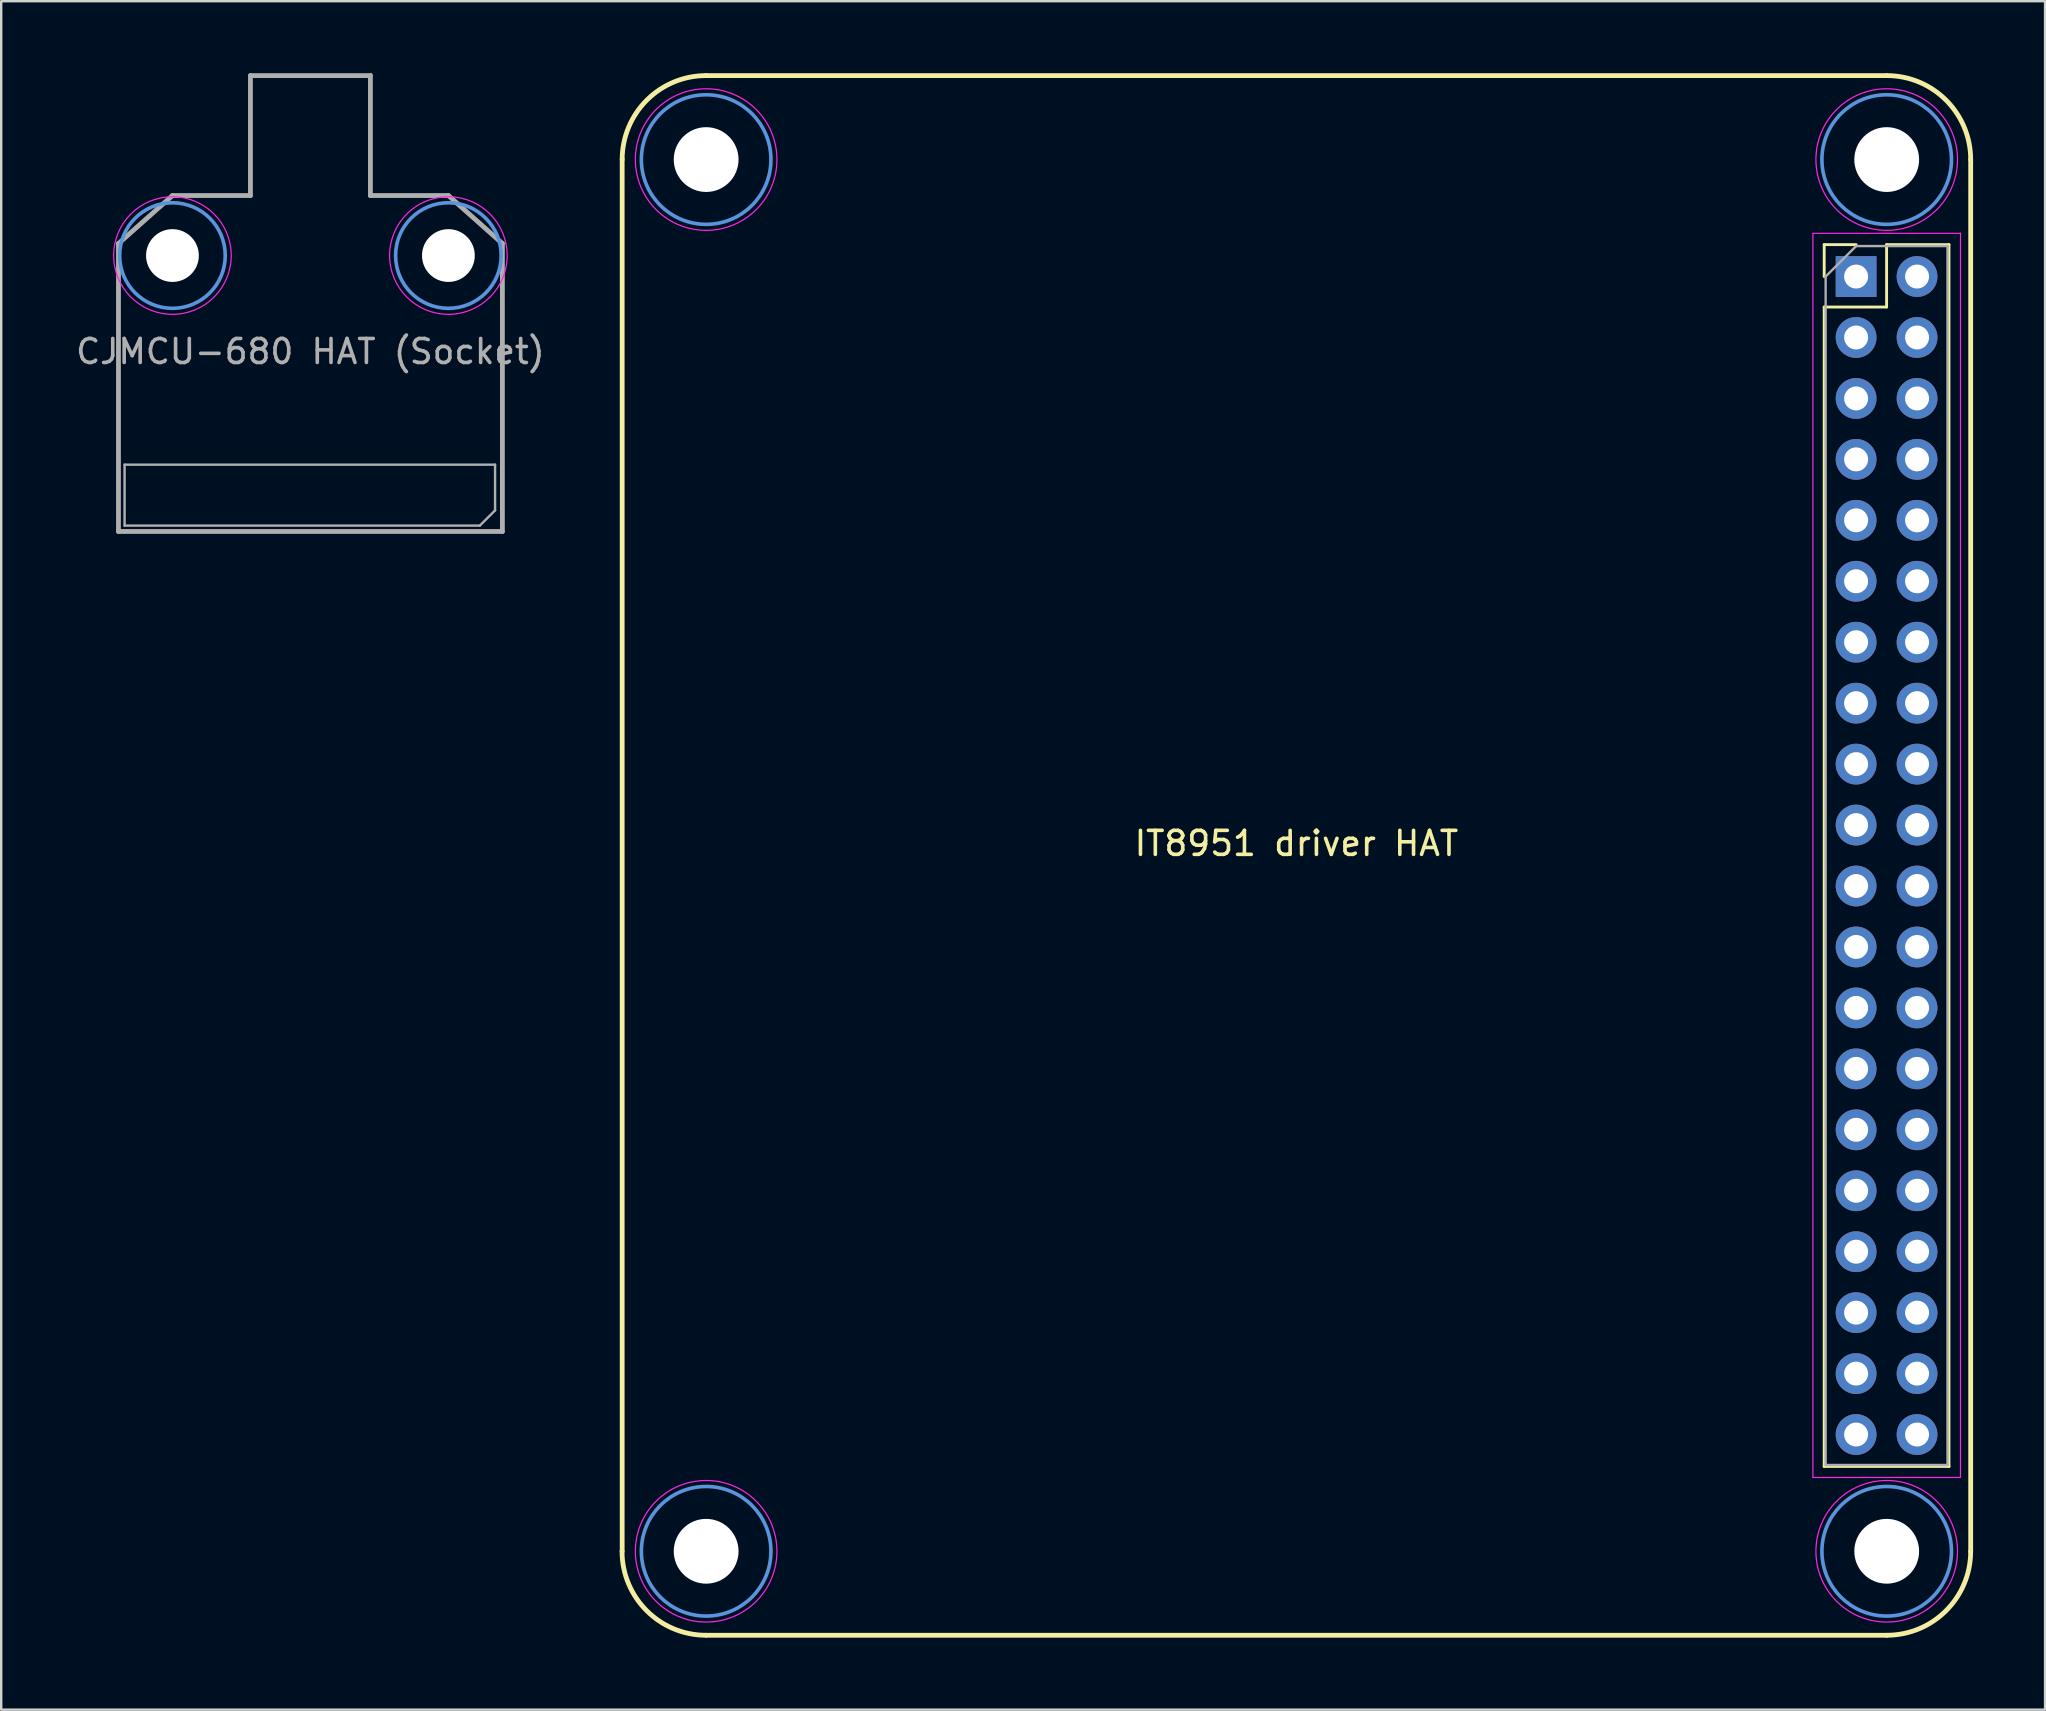
<source format=kicad_pcb>
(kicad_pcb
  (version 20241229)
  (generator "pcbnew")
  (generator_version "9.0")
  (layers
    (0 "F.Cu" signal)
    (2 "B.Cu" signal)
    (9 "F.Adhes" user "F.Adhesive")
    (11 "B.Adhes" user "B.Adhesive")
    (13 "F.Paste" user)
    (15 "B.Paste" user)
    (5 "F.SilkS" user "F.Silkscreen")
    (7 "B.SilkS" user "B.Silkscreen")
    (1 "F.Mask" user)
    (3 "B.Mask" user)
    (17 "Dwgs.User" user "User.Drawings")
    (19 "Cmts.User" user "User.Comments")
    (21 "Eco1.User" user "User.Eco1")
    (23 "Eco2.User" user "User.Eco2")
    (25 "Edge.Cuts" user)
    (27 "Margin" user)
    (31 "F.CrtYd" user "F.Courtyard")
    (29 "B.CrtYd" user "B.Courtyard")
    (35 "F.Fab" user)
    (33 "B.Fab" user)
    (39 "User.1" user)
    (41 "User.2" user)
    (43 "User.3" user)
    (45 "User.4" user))
  (footprint "CJMCU-680 HAT (Socket)"
    (layer "F.Cu")
    (at 9.887 12.1)
    (property "Reference" "CJMCU-680 HAT (Socket)" (at 0 -0.5 0) (unlocked yes) (layer "F.Fab") (effects (font (size 1 1) (thickness 0.15))))
    (attr smd)
    (fp_circle (center -5.75 -4.5) (end -3.55 -4.5) (stroke (width 0.15) (type solid)) (fill no) (layer "Cmts.User"))
    (fp_circle (center 5.75 -4.5) (end 7.95 -4.5) (stroke (width 0.15) (type solid)) (fill no) (layer "Cmts.User"))
    (fp_circle (center -5.75 -4.5) (end -3.3 -4.5) (stroke (width 0.05) (type solid)) (fill no) (layer "F.CrtYd"))
    (fp_circle (center 5.75 -4.5) (end 8.2 -4.5) (stroke (width 0.05) (type solid)) (fill no) (layer "F.CrtYd"))
    (fp_line (start -8 7) (end -8 -5) (stroke (width 0.2) (type solid)) (layer "F.Fab"))
    (fp_line (start -8 7) (end 8 7) (stroke (width 0.2) (type solid)) (layer "F.Fab"))
    (fp_line (start -7.745 4.215) (end 7.695 4.215) (stroke (width 0.1) (type solid)) (layer "F.Fab"))
    (fp_line (start -7.745 6.755) (end -7.745 4.215) (stroke (width 0.1) (type solid)) (layer "F.Fab"))
    (fp_line (start -5.75 -7) (end -8 -5) (stroke (width 0.2) (type solid)) (layer "F.Fab"))
    (fp_line (start -2.5 -12) (end 2.5 -12) (stroke (width 0.2) (type solid)) (layer "F.Fab"))
    (fp_line (start -2.5 -7) (end -5.75 -7) (stroke (width 0.2) (type solid)) (layer "F.Fab"))
    (fp_line (start -2.5 -7) (end -2.5 -12) (stroke (width 0.2) (type solid)) (layer "F.Fab"))
    (fp_line (start 2.5 -7) (end 2.5 -12) (stroke (width 0.2) (type solid)) (layer "F.Fab"))
    (fp_line (start 5.75 -7) (end 2.5 -7) (stroke (width 0.2) (type solid)) (layer "F.Fab"))
    (fp_line (start 5.75 -7) (end 8 -5) (stroke (width 0.2) (type solid)) (layer "F.Fab"))
    (fp_line (start 7.06 6.755) (end -7.745 6.755) (stroke (width 0.1) (type solid)) (layer "F.Fab"))
    (fp_line (start 7.695 4.215) (end 7.695 6.12) (stroke (width 0.1) (type solid)) (layer "F.Fab"))
    (fp_line (start 7.695 6.12) (end 7.06 6.755) (stroke (width 0.1) (type solid)) (layer "F.Fab"))
    (fp_line (start 8 7) (end 8 -5) (stroke (width 0.2) (type solid)) (layer "F.Fab"))
    (pad "" np_thru_hole circle (at -5.75 -4.5) (size 2.2 2.2) (drill 2.2) (layers "*.Cu" "*.Mask"))
    (pad "" np_thru_hole circle (at 5.75 -4.5) (size 2.2 2.2) (drill 2.2) (layers "*.Cu" "*.Mask"))
    (zone (net_name "") (layer "F.Cu") (hatch edge 0.508) (connect_pads) (min_thickness 0.254) (filled_areas_thickness no) (keepout (tracks allowed) (vias allowed) (pads allowed) (copperpour allowed) (footprints not_allowed)) (placement (enabled no)) (fill) (polygon (pts (xy 12.387 5.1) (xy 7.387 5.1) (xy 7.387 0.1) (xy 12.387 0.1)))))
  (footprint "IT8951 driver HAT"
    (layer "F.Cu")
    (at 50.979 32.6)
    (property "Reference" "IT8951 driver HAT" (at 0 -0.5 0) (unlocked yes) (layer "F.SilkS") (effects (font (size 1 1) (thickness 0.15))))
    (attr through_hole)
    (fp_line (start -28.1 -29) (end -28.1 29) (stroke (width 0.2) (type solid)) (layer "F.SilkS"))
    (fp_line (start 21.995 -25.455) (end 23.325 -25.455) (stroke (width 0.12) (type solid)) (layer "F.SilkS"))
    (fp_line (start 21.995 -24.125) (end 21.995 -25.455) (stroke (width 0.12) (type solid)) (layer "F.SilkS"))
    (fp_line (start 21.995 -22.855) (end 21.995 25.465) (stroke (width 0.12) (type solid)) (layer "F.SilkS"))
    (fp_line (start 21.995 -22.855) (end 24.595 -22.855) (stroke (width 0.12) (type solid)) (layer "F.SilkS"))
    (fp_line (start 21.995 25.465) (end 27.195 25.465) (stroke (width 0.12) (type solid)) (layer "F.SilkS"))
    (fp_line (start 24.595 -25.455) (end 27.195 -25.455) (stroke (width 0.12) (type solid)) (layer "F.SilkS"))
    (fp_line (start 24.595 -22.855) (end 24.595 -25.455) (stroke (width 0.12) (type solid)) (layer "F.SilkS"))
    (fp_line (start 24.6 -32.5) (end -24.6 -32.5) (stroke (width 0.2) (type solid)) (layer "F.SilkS"))
    (fp_line (start 24.6 32.5) (end -24.6 32.5) (stroke (width 0.2) (type solid)) (layer "F.SilkS"))
    (fp_line (start 27.195 -25.455) (end 27.195 25.465) (stroke (width 0.12) (type solid)) (layer "F.SilkS"))
    (fp_line (start 28.1 -29) (end 28.1 29) (stroke (width 0.2) (type solid)) (layer "F.SilkS"))
    (fp_arc (start -28.1 -29) (mid -27.074873 -31.474873) (end -24.6 -32.5) (stroke (width 0.2) (type solid)) (layer "F.SilkS"))
    (fp_arc (start -24.605 32.5) (mid -27.079873 31.474873) (end -28.105 29) (stroke (width 0.2) (type solid)) (layer "F.SilkS"))
    (fp_arc (start 24.6 -32.5) (mid 27.074873 -31.474873) (end 28.1 -29) (stroke (width 0.2) (type solid)) (layer "F.SilkS"))
    (fp_arc (start 28.1 29) (mid 27.074873 31.474873) (end 24.6 32.5) (stroke (width 0.2) (type solid)) (layer "F.SilkS"))
    (fp_circle (center -24.6 -29) (end -24.6 -31.7) (stroke (width 0.15) (type solid)) (fill no) (layer "Cmts.User"))
    (fp_circle (center -24.6 29) (end -24.6 26.3) (stroke (width 0.15) (type solid)) (fill no) (layer "Cmts.User"))
    (fp_circle (center 24.6 -29) (end 24.6 -26.3) (stroke (width 0.15) (type solid)) (fill no) (layer "Cmts.User"))
    (fp_circle (center 24.6 29) (end 27.3 29) (stroke (width 0.15) (type solid)) (fill no) (layer "Cmts.User"))
    (fp_line (start 21.525 -25.925) (end 21.525 25.925) (stroke (width 0.05) (type solid)) (layer "F.CrtYd"))
    (fp_line (start 21.525 25.925) (end 27.675 25.925) (stroke (width 0.05) (type solid)) (layer "F.CrtYd"))
    (fp_line (start 27.675 -25.925) (end 21.525 -25.925) (stroke (width 0.05) (type solid)) (layer "F.CrtYd"))
    (fp_line (start 27.675 25.925) (end 27.675 -25.925) (stroke (width 0.05) (type solid)) (layer "F.CrtYd"))
    (fp_circle (center -24.6 -29) (end -24.6 -31.95) (stroke (width 0.05) (type solid)) (fill no) (layer "F.CrtYd"))
    (fp_circle (center -24.6 29) (end -24.6 26.05) (stroke (width 0.05) (type solid)) (fill no) (layer "F.CrtYd"))
    (fp_circle (center 24.6 -29) (end 24.6 -26.05) (stroke (width 0.05) (type solid)) (fill no) (layer "F.CrtYd"))
    (fp_circle (center 24.6 29) (end 27.55 29) (stroke (width 0.05) (type solid)) (fill no) (layer "F.CrtYd"))
    (fp_line (start 22.055 -24.125) (end 23.325 -25.395) (stroke (width 0.1) (type solid)) (layer "F.Fab"))
    (fp_line (start 22.055 25.405) (end 22.055 -24.125) (stroke (width 0.1) (type solid)) (layer "F.Fab"))
    (fp_line (start 23.325 -25.395) (end 27.135 -25.395) (stroke (width 0.1) (type solid)) (layer "F.Fab"))
    (fp_line (start 27.135 -25.395) (end 27.135 25.405) (stroke (width 0.1) (type solid)) (layer "F.Fab"))
    (fp_line (start 27.135 25.405) (end 22.055 25.405) (stroke (width 0.1) (type solid)) (layer "F.Fab"))
    (pad "" np_thru_hole circle (at -24.6 -29 90) (size 2.7 2.7) (drill 2.7) (layers "*.Cu" "*.Mask"))
    (pad "" np_thru_hole circle (at -24.6 29 90) (size 2.7 2.7) (drill 2.7) (layers "*.Cu" "*.Mask"))
    (pad "" np_thru_hole circle (at 24.6 -29 270) (size 2.7 2.7) (drill 2.7) (layers "*.Cu" "*.Mask"))
    (pad "" np_thru_hole circle (at 24.6 29 270) (size 2.7 2.7) (drill 2.7) (layers "*.Cu" "*.Mask"))
    (pad "1" thru_hole rect (at 23.325 -24.125) (size 1.7 1.7) (drill 1) (layers "*.Cu" "*.Mask"))
    (pad "2" thru_hole oval (at 25.865 -24.125) (size 1.7 1.7) (drill 1) (layers "*.Cu" "*.Mask"))
    (pad "3" thru_hole oval (at 23.325 -21.585) (size 1.7 1.7) (drill 1) (layers "*.Cu" "*.Mask"))
    (pad "4" thru_hole oval (at 25.865 -21.585) (size 1.7 1.7) (drill 1) (layers "*.Cu" "*.Mask"))
    (pad "5" thru_hole oval (at 23.325 -19.045) (size 1.7 1.7) (drill 1) (layers "*.Cu" "*.Mask"))
    (pad "6" thru_hole oval (at 25.865 -19.045) (size 1.7 1.7) (drill 1) (layers "*.Cu" "*.Mask"))
    (pad "7" thru_hole oval (at 23.325 -16.505) (size 1.7 1.7) (drill 1) (layers "*.Cu" "*.Mask"))
    (pad "8" thru_hole oval (at 25.865 -16.505) (size 1.7 1.7) (drill 1) (layers "*.Cu" "*.Mask"))
    (pad "9" thru_hole oval (at 23.325 -13.965) (size 1.7 1.7) (drill 1) (layers "*.Cu" "*.Mask"))
    (pad "10" thru_hole oval (at 25.865 -13.965) (size 1.7 1.7) (drill 1) (layers "*.Cu" "*.Mask"))
    (pad "11" thru_hole oval (at 23.325 -11.425) (size 1.7 1.7) (drill 1) (layers "*.Cu" "*.Mask"))
    (pad "12" thru_hole oval (at 25.865 -11.425) (size 1.7 1.7) (drill 1) (layers "*.Cu" "*.Mask"))
    (pad "13" thru_hole oval (at 23.325 -8.885) (size 1.7 1.7) (drill 1) (layers "*.Cu" "*.Mask"))
    (pad "14" thru_hole oval (at 25.865 -8.885) (size 1.7 1.7) (drill 1) (layers "*.Cu" "*.Mask"))
    (pad "15" thru_hole oval (at 23.325 -6.345) (size 1.7 1.7) (drill 1) (layers "*.Cu" "*.Mask"))
    (pad "16" thru_hole oval (at 25.865 -6.345) (size 1.7 1.7) (drill 1) (layers "*.Cu" "*.Mask"))
    (pad "17" thru_hole oval (at 23.325 -3.805) (size 1.7 1.7) (drill 1) (layers "*.Cu" "*.Mask"))
    (pad "18" thru_hole oval (at 25.865 -3.805) (size 1.7 1.7) (drill 1) (layers "*.Cu" "*.Mask"))
    (pad "19" thru_hole oval (at 23.325 -1.265) (size 1.7 1.7) (drill 1) (layers "*.Cu" "*.Mask"))
    (pad "20" thru_hole oval (at 25.865 -1.265) (size 1.7 1.7) (drill 1) (layers "*.Cu" "*.Mask"))
    (pad "21" thru_hole oval (at 23.325 1.275) (size 1.7 1.7) (drill 1) (layers "*.Cu" "*.Mask"))
    (pad "22" thru_hole oval (at 25.865 1.275) (size 1.7 1.7) (drill 1) (layers "*.Cu" "*.Mask"))
    (pad "23" thru_hole oval (at 23.325 3.815) (size 1.7 1.7) (drill 1) (layers "*.Cu" "*.Mask"))
    (pad "24" thru_hole oval (at 25.865 3.815) (size 1.7 1.7) (drill 1) (layers "*.Cu" "*.Mask"))
    (pad "25" thru_hole oval (at 23.325 6.355) (size 1.7 1.7) (drill 1) (layers "*.Cu" "*.Mask"))
    (pad "26" thru_hole oval (at 25.865 6.355) (size 1.7 1.7) (drill 1) (layers "*.Cu" "*.Mask"))
    (pad "27" thru_hole oval (at 23.325 8.895) (size 1.7 1.7) (drill 1) (layers "*.Cu" "*.Mask"))
    (pad "28" thru_hole oval (at 25.865 8.895) (size 1.7 1.7) (drill 1) (layers "*.Cu" "*.Mask"))
    (pad "29" thru_hole oval (at 23.325 11.435) (size 1.7 1.7) (drill 1) (layers "*.Cu" "*.Mask"))
    (pad "30" thru_hole oval (at 25.865 11.435) (size 1.7 1.7) (drill 1) (layers "*.Cu" "*.Mask"))
    (pad "31" thru_hole oval (at 23.325 13.975) (size 1.7 1.7) (drill 1) (layers "*.Cu" "*.Mask"))
    (pad "32" thru_hole oval (at 25.865 13.975) (size 1.7 1.7) (drill 1) (layers "*.Cu" "*.Mask"))
    (pad "33" thru_hole oval (at 23.325 16.515) (size 1.7 1.7) (drill 1) (layers "*.Cu" "*.Mask"))
    (pad "34" thru_hole oval (at 25.865 16.515) (size 1.7 1.7) (drill 1) (layers "*.Cu" "*.Mask"))
    (pad "35" thru_hole oval (at 23.325 19.055) (size 1.7 1.7) (drill 1) (layers "*.Cu" "*.Mask"))
    (pad "36" thru_hole oval (at 25.865 19.055) (size 1.7 1.7) (drill 1) (layers "*.Cu" "*.Mask"))
    (pad "37" thru_hole oval (at 23.325 21.595) (size 1.7 1.7) (drill 1) (layers "*.Cu" "*.Mask"))
    (pad "38" thru_hole oval (at 25.865 21.595) (size 1.7 1.7) (drill 1) (layers "*.Cu" "*.Mask"))
    (pad "39" thru_hole oval (at 23.325 24.135) (size 1.7 1.7) (drill 1) (layers "*.Cu" "*.Mask"))
    (pad "40" thru_hole oval (at 25.865 24.135) (size 1.7 1.7) (drill 1) (layers "*.Cu" "*.Mask")))
  (gr_rect
    (start -3 -3)
    (end 82.179 68.2)
    (stroke (width 0.1) (type default))
    (fill no)
    (layer "Edge.Cuts")))
</source>
